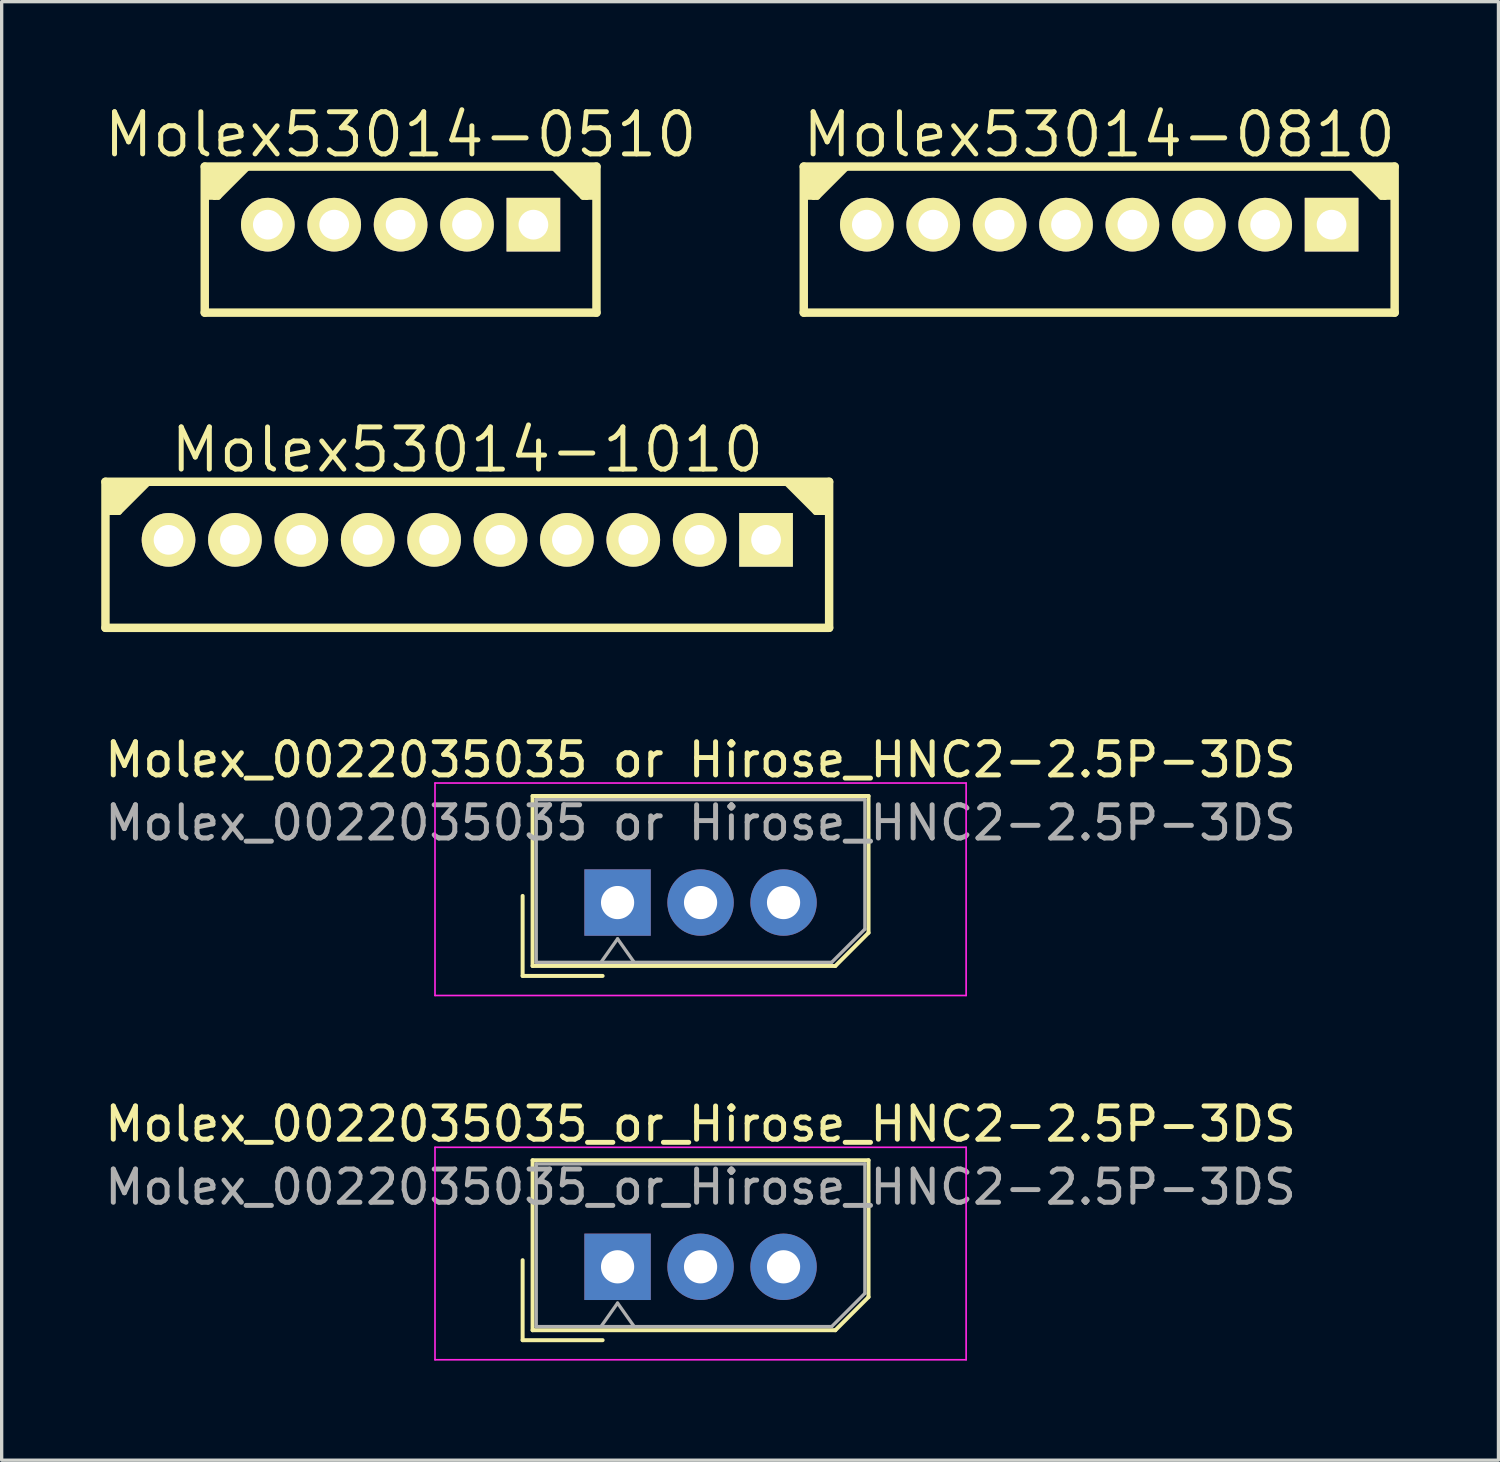
<source format=kicad_pcb>
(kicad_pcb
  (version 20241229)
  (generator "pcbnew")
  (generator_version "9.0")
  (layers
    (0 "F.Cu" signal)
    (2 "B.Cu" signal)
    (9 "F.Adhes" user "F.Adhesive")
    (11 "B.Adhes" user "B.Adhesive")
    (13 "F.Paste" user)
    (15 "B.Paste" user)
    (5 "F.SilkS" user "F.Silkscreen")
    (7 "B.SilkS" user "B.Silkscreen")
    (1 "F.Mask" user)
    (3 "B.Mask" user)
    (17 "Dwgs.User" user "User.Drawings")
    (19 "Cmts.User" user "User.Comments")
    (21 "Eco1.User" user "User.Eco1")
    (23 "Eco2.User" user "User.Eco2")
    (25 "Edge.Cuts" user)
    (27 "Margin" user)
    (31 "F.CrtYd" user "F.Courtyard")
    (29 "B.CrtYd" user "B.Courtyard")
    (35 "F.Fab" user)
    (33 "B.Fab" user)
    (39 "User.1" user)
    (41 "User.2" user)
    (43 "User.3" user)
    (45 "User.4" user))
  (footprint "Molex_0022035035 or Hirose_HNC2-2.5P-3DS"
    (layer "F.Cu")
    (at 15.554 24.139)
    (property "Reference" "Molex_0022035035 or Hirose_HNC2-2.5P-3DS" (at 2.5 -4.3 0) (layer "F.SilkS") (effects (font (size 1 1) (thickness 0.15))))
    (attr through_hole)
    (fp_line (start -2.86 -0.2) (end -2.86 2.21) (stroke (width 0.12) (type solid)) (layer "F.SilkS"))
    (fp_line (start -2.86 2.21) (end -0.45 2.21) (stroke (width 0.12) (type solid)) (layer "F.SilkS"))
    (fp_line (start -2.56 -3.21) (end -2.56 1.91) (stroke (width 0.12) (type solid)) (layer "F.SilkS"))
    (fp_line (start -2.56 1.91) (end 6.56 1.91) (stroke (width 0.12) (type solid)) (layer "F.SilkS"))
    (fp_line (start 6.56 1.91) (end 7.56 0.91) (stroke (width 0.12) (type solid)) (layer "F.SilkS"))
    (fp_line (start 7.56 -3.21) (end -2.56 -3.21) (stroke (width 0.12) (type solid)) (layer "F.SilkS"))
    (fp_line (start 7.56 0.91) (end 7.56 -3.21) (stroke (width 0.12) (type solid)) (layer "F.SilkS"))
    (fp_line (start -5.5 -3.6) (end -5.5 2.8) (stroke (width 0.05) (type solid)) (layer "F.CrtYd"))
    (fp_line (start -5.5 2.8) (end 10.5 2.8) (stroke (width 0.05) (type solid)) (layer "F.CrtYd"))
    (fp_line (start 10.5 -3.6) (end -5.5 -3.6) (stroke (width 0.05) (type solid)) (layer "F.CrtYd"))
    (fp_line (start 10.5 2.8) (end 10.5 -3.6) (stroke (width 0.05) (type solid)) (layer "F.CrtYd"))
    (fp_line (start -2.45 -3.1) (end -2.45 1.8) (stroke (width 0.1) (type solid)) (layer "F.Fab"))
    (fp_line (start -2.45 1.8) (end 6.45 1.8) (stroke (width 0.1) (type solid)) (layer "F.Fab"))
    (fp_line (start -0.5 1.8) (end 0 1.093) (stroke (width 0.1) (type solid)) (layer "F.Fab"))
    (fp_line (start 0 1.093) (end 0.5 1.8) (stroke (width 0.1) (type solid)) (layer "F.Fab"))
    (fp_line (start 6.45 1.8) (end 7.45 0.8) (stroke (width 0.1) (type solid)) (layer "F.Fab"))
    (fp_line (start 7.45 -3.1) (end -2.45 -3.1) (stroke (width 0.1) (type solid)) (layer "F.Fab"))
    (fp_line (start 7.45 0.8) (end 7.45 -3.1) (stroke (width 0.1) (type solid)) (layer "F.Fab"))
    (fp_text user "${REFERENCE}" (at 2.5 -2.4 0) (layer "F.Fab") (effects (font (size 1 1) (thickness 0.15))))
    (pad "1" thru_hole rect (at 0 0) (size 2 2) (drill 1) (layers "*.Cu" "*.Mask"))
    (pad "2" thru_hole circle (at 2.5 0) (size 2 2) (drill 1) (layers "*.Cu" "*.Mask"))
    (pad "3" thru_hole circle (at 5 0) (size 2 2) (drill 1) (layers "*.Cu" "*.Mask")))
  (footprint "Molex53014-0810"
    (layer "F.Cu")
    (at 37.063 3.718)
    (property "Reference" "Molex53014-0810" (at -7 -2.712 0) (layer "F.SilkS") (effects (font (size 1.27 1.27) (thickness 0.15))))
    (fp_line (start -15.9 -1.75) (end -15.9 2.65) (stroke (width 0.254) (type solid)) (layer "F.SilkS"))
    (fp_line (start -15.9 -0.85) (end -15.5 -0.85) (stroke (width 0.203) (type solid)) (layer "F.SilkS"))
    (fp_line (start -15.7 -1.65) (end -15.7 -0.95) (stroke (width 0.203) (type solid)) (layer "F.SilkS"))
    (fp_line (start -15.7 -1.65) (end -15.6 -1.55) (stroke (width 0.203) (type solid)) (layer "F.SilkS"))
    (fp_line (start -15.7 -1.45) (end -15.6 -1.45) (stroke (width 0.203) (type solid)) (layer "F.SilkS"))
    (fp_line (start -15.7 -1.45) (end -15.3 -1.45) (stroke (width 0.203) (type solid)) (layer "F.SilkS"))
    (fp_line (start -15.7 -1.25) (end -15.4 -1.25) (stroke (width 0.203) (type solid)) (layer "F.SilkS"))
    (fp_line (start -15.7 -0.95) (end -15.3 -1.35) (stroke (width 0.203) (type solid)) (layer "F.SilkS"))
    (fp_line (start -15.6 -1.55) (end -15 -1.55) (stroke (width 0.203) (type solid)) (layer "F.SilkS"))
    (fp_line (start -15.6 -1.45) (end -15.4 -1.25) (stroke (width 0.203) (type solid)) (layer "F.SilkS"))
    (fp_line (start -15.6 -0.85) (end -15.7 -0.95) (stroke (width 0.203) (type solid)) (layer "F.SilkS"))
    (fp_line (start -15.5 -0.85) (end -14.6 -1.75) (stroke (width 0.203) (type solid)) (layer "F.SilkS"))
    (fp_line (start -15.3 -1.45) (end -15.3 -1.35) (stroke (width 0.203) (type solid)) (layer "F.SilkS"))
    (fp_line (start -15.1 -1.55) (end -15.7 -0.95) (stroke (width 0.203) (type solid)) (layer "F.SilkS"))
    (fp_line (start -15.1 -1.55) (end -15 -1.55) (stroke (width 0.203) (type solid)) (layer "F.SilkS"))
    (fp_line (start -14.7 -1.75) (end -15.6 -0.85) (stroke (width 0.203) (type solid)) (layer "F.SilkS"))
    (fp_line (start -14.7 -1.75) (end -14.6 -1.75) (stroke (width 0.203) (type solid)) (layer "F.SilkS"))
    (fp_line (start 0.6 -1.75) (end 0.7 -1.75) (stroke (width 0.203) (type solid)) (layer "F.SilkS"))
    (fp_line (start 0.7 -1.75) (end 1.6 -0.85) (stroke (width 0.203) (type solid)) (layer "F.SilkS"))
    (fp_line (start 1 -1.55) (end 1.1 -1.55) (stroke (width 0.203) (type solid)) (layer "F.SilkS"))
    (fp_line (start 1.1 -1.55) (end 1.7 -0.95) (stroke (width 0.203) (type solid)) (layer "F.SilkS"))
    (fp_line (start 1.3 -1.45) (end 1.7 -1.45) (stroke (width 0.203) (type solid)) (layer "F.SilkS"))
    (fp_line (start 1.3 -1.35) (end 1.3 -1.45) (stroke (width 0.203) (type solid)) (layer "F.SilkS"))
    (fp_line (start 1.4 -1.25) (end 1.7 -1.25) (stroke (width 0.203) (type solid)) (layer "F.SilkS"))
    (fp_line (start 1.5 -0.85) (end 0.6 -1.75) (stroke (width 0.203) (type solid)) (layer "F.SilkS"))
    (fp_line (start 1.6 -1.55) (end 1 -1.55) (stroke (width 0.203) (type solid)) (layer "F.SilkS"))
    (fp_line (start 1.6 -1.45) (end 1.4 -1.25) (stroke (width 0.203) (type solid)) (layer "F.SilkS"))
    (fp_line (start 1.6 -0.85) (end 1.7 -0.95) (stroke (width 0.203) (type solid)) (layer "F.SilkS"))
    (fp_line (start 1.7 -1.65) (end 1.6 -1.55) (stroke (width 0.203) (type solid)) (layer "F.SilkS"))
    (fp_line (start 1.7 -1.45) (end 1.6 -1.45) (stroke (width 0.203) (type solid)) (layer "F.SilkS"))
    (fp_line (start 1.7 -0.95) (end 1.3 -1.35) (stroke (width 0.203) (type solid)) (layer "F.SilkS"))
    (fp_line (start 1.7 -0.95) (end 1.7 -1.65) (stroke (width 0.203) (type solid)) (layer "F.SilkS"))
    (fp_line (start 1.9 -1.75) (end -15.9 -1.75) (stroke (width 0.254) (type solid)) (layer "F.SilkS"))
    (fp_line (start 1.9 -1.75) (end 1.9 2.65) (stroke (width 0.254) (type solid)) (layer "F.SilkS"))
    (fp_line (start 1.9 -0.85) (end 1.5 -0.85) (stroke (width 0.203) (type solid)) (layer "F.SilkS"))
    (fp_line (start 1.9 2.65) (end -15.9 2.65) (stroke (width 0.254) (type solid)) (layer "F.SilkS"))
    (pad "1" thru_hole rect (at 0 0) (size 1.616 1.616) (drill 0.895) (layers "*.Cu" "*.Mask" "F.SilkS"))
    (pad "2" thru_hole circle (at -2 0) (size 1.616 1.616) (drill 0.895) (layers "*.Cu" "*.Mask" "F.SilkS"))
    (pad "3" thru_hole circle (at -4 0) (size 1.616 1.616) (drill 0.895) (layers "*.Cu" "*.Mask" "F.SilkS"))
    (pad "4" thru_hole circle (at -6 0) (size 1.616 1.616) (drill 0.895) (layers "*.Cu" "*.Mask" "F.SilkS"))
    (pad "5" thru_hole circle (at -8 0) (size 1.616 1.616) (drill 0.895) (layers "*.Cu" "*.Mask" "F.SilkS"))
    (pad "6" thru_hole circle (at -10 0) (size 1.616 1.616) (drill 0.895) (layers "*.Cu" "*.Mask" "F.SilkS"))
    (pad "7" thru_hole circle (at -12 0) (size 1.616 1.616) (drill 0.895) (layers "*.Cu" "*.Mask" "F.SilkS"))
    (pad "8" thru_hole circle (at -14 0) (size 1.616 1.616) (drill 0.895) (layers "*.Cu" "*.Mask" "F.SilkS")))
  (footprint "Molex_0022035035_or_Hirose_HNC2-2.5P-3DS"
    (layer "F.Cu")
    (at 15.554 35.112)
    (property "Reference" "Molex_0022035035_or_Hirose_HNC2-2.5P-3DS" (at 2.5 -4.3 0) (layer "F.SilkS") (effects (font (size 1 1) (thickness 0.15))))
    (attr through_hole)
    (fp_line (start -2.86 -0.2) (end -2.86 2.21) (stroke (width 0.12) (type solid)) (layer "F.SilkS"))
    (fp_line (start -2.86 2.21) (end -0.45 2.21) (stroke (width 0.12) (type solid)) (layer "F.SilkS"))
    (fp_line (start -2.56 -3.21) (end -2.56 1.91) (stroke (width 0.12) (type solid)) (layer "F.SilkS"))
    (fp_line (start -2.56 1.91) (end 6.56 1.91) (stroke (width 0.12) (type solid)) (layer "F.SilkS"))
    (fp_line (start 6.56 1.91) (end 7.56 0.91) (stroke (width 0.12) (type solid)) (layer "F.SilkS"))
    (fp_line (start 7.56 -3.21) (end -2.56 -3.21) (stroke (width 0.12) (type solid)) (layer "F.SilkS"))
    (fp_line (start 7.56 0.91) (end 7.56 -3.21) (stroke (width 0.12) (type solid)) (layer "F.SilkS"))
    (fp_line (start -5.5 -3.6) (end -5.5 2.8) (stroke (width 0.05) (type solid)) (layer "F.CrtYd"))
    (fp_line (start -5.5 2.8) (end 10.5 2.8) (stroke (width 0.05) (type solid)) (layer "F.CrtYd"))
    (fp_line (start 10.5 -3.6) (end -5.5 -3.6) (stroke (width 0.05) (type solid)) (layer "F.CrtYd"))
    (fp_line (start 10.5 2.8) (end 10.5 -3.6) (stroke (width 0.05) (type solid)) (layer "F.CrtYd"))
    (fp_line (start -2.45 -3.1) (end -2.45 1.8) (stroke (width 0.1) (type solid)) (layer "F.Fab"))
    (fp_line (start -2.45 1.8) (end 6.45 1.8) (stroke (width 0.1) (type solid)) (layer "F.Fab"))
    (fp_line (start -0.5 1.8) (end 0 1.093) (stroke (width 0.1) (type solid)) (layer "F.Fab"))
    (fp_line (start 0 1.093) (end 0.5 1.8) (stroke (width 0.1) (type solid)) (layer "F.Fab"))
    (fp_line (start 6.45 1.8) (end 7.45 0.8) (stroke (width 0.1) (type solid)) (layer "F.Fab"))
    (fp_line (start 7.45 -3.1) (end -2.45 -3.1) (stroke (width 0.1) (type solid)) (layer "F.Fab"))
    (fp_line (start 7.45 0.8) (end 7.45 -3.1) (stroke (width 0.1) (type solid)) (layer "F.Fab"))
    (fp_text user "${REFERENCE}" (at 2.5 -2.4 0) (layer "F.Fab") (effects (font (size 1 1) (thickness 0.15))))
    (pad "1" thru_hole rect (at 0 0) (size 2 2) (drill 1) (layers "*.Cu" "*.Mask"))
    (pad "2" thru_hole circle (at 2.5 0) (size 2 2) (drill 1) (layers "*.Cu" "*.Mask"))
    (pad "3" thru_hole circle (at 5 0) (size 2 2) (drill 1) (layers "*.Cu" "*.Mask")))
  (footprint "Molex53014-0510"
    (layer "F.Cu")
    (at 13.018 3.718)
    (property "Reference" "Molex53014-0510" (at -4 -2.712 0) (layer "F.SilkS") (effects (font (size 1.27 1.27) (thickness 0.15))))
    (fp_line (start -9.9 -1.75) (end -9.9 2.65) (stroke (width 0.254) (type solid)) (layer "F.SilkS"))
    (fp_line (start -9.9 -0.85) (end -9.5 -0.85) (stroke (width 0.203) (type solid)) (layer "F.SilkS"))
    (fp_line (start -9.7 -1.65) (end -9.7 -0.95) (stroke (width 0.203) (type solid)) (layer "F.SilkS"))
    (fp_line (start -9.7 -1.65) (end -9.6 -1.55) (stroke (width 0.203) (type solid)) (layer "F.SilkS"))
    (fp_line (start -9.7 -1.45) (end -9.6 -1.45) (stroke (width 0.203) (type solid)) (layer "F.SilkS"))
    (fp_line (start -9.7 -1.45) (end -9.3 -1.45) (stroke (width 0.203) (type solid)) (layer "F.SilkS"))
    (fp_line (start -9.7 -1.25) (end -9.4 -1.25) (stroke (width 0.203) (type solid)) (layer "F.SilkS"))
    (fp_line (start -9.7 -0.95) (end -9.3 -1.35) (stroke (width 0.203) (type solid)) (layer "F.SilkS"))
    (fp_line (start -9.6 -1.55) (end -9 -1.55) (stroke (width 0.203) (type solid)) (layer "F.SilkS"))
    (fp_line (start -9.6 -1.45) (end -9.4 -1.25) (stroke (width 0.203) (type solid)) (layer "F.SilkS"))
    (fp_line (start -9.6 -0.85) (end -9.7 -0.95) (stroke (width 0.203) (type solid)) (layer "F.SilkS"))
    (fp_line (start -9.5 -0.85) (end -8.6 -1.75) (stroke (width 0.203) (type solid)) (layer "F.SilkS"))
    (fp_line (start -9.3 -1.45) (end -9.3 -1.35) (stroke (width 0.203) (type solid)) (layer "F.SilkS"))
    (fp_line (start -9.1 -1.55) (end -9.7 -0.95) (stroke (width 0.203) (type solid)) (layer "F.SilkS"))
    (fp_line (start -9.1 -1.55) (end -9 -1.55) (stroke (width 0.203) (type solid)) (layer "F.SilkS"))
    (fp_line (start -8.7 -1.75) (end -9.6 -0.85) (stroke (width 0.203) (type solid)) (layer "F.SilkS"))
    (fp_line (start -8.7 -1.75) (end -8.6 -1.75) (stroke (width 0.203) (type solid)) (layer "F.SilkS"))
    (fp_line (start 0.6 -1.75) (end 0.7 -1.75) (stroke (width 0.203) (type solid)) (layer "F.SilkS"))
    (fp_line (start 0.7 -1.75) (end 1.6 -0.85) (stroke (width 0.203) (type solid)) (layer "F.SilkS"))
    (fp_line (start 1 -1.55) (end 1.1 -1.55) (stroke (width 0.203) (type solid)) (layer "F.SilkS"))
    (fp_line (start 1.1 -1.55) (end 1.7 -0.95) (stroke (width 0.203) (type solid)) (layer "F.SilkS"))
    (fp_line (start 1.3 -1.45) (end 1.7 -1.45) (stroke (width 0.203) (type solid)) (layer "F.SilkS"))
    (fp_line (start 1.3 -1.35) (end 1.3 -1.45) (stroke (width 0.203) (type solid)) (layer "F.SilkS"))
    (fp_line (start 1.4 -1.25) (end 1.7 -1.25) (stroke (width 0.203) (type solid)) (layer "F.SilkS"))
    (fp_line (start 1.5 -0.85) (end 0.6 -1.75) (stroke (width 0.203) (type solid)) (layer "F.SilkS"))
    (fp_line (start 1.6 -1.55) (end 1 -1.55) (stroke (width 0.203) (type solid)) (layer "F.SilkS"))
    (fp_line (start 1.6 -1.45) (end 1.4 -1.25) (stroke (width 0.203) (type solid)) (layer "F.SilkS"))
    (fp_line (start 1.6 -0.85) (end 1.7 -0.95) (stroke (width 0.203) (type solid)) (layer "F.SilkS"))
    (fp_line (start 1.7 -1.65) (end 1.6 -1.55) (stroke (width 0.203) (type solid)) (layer "F.SilkS"))
    (fp_line (start 1.7 -1.45) (end 1.6 -1.45) (stroke (width 0.203) (type solid)) (layer "F.SilkS"))
    (fp_line (start 1.7 -0.95) (end 1.3 -1.35) (stroke (width 0.203) (type solid)) (layer "F.SilkS"))
    (fp_line (start 1.7 -0.95) (end 1.7 -1.65) (stroke (width 0.203) (type solid)) (layer "F.SilkS"))
    (fp_line (start 1.9 -1.75) (end -9.9 -1.75) (stroke (width 0.254) (type solid)) (layer "F.SilkS"))
    (fp_line (start 1.9 -1.75) (end 1.9 2.65) (stroke (width 0.254) (type solid)) (layer "F.SilkS"))
    (fp_line (start 1.9 -0.85) (end 1.5 -0.85) (stroke (width 0.203) (type solid)) (layer "F.SilkS"))
    (fp_line (start 1.9 2.65) (end -9.9 2.65) (stroke (width 0.254) (type solid)) (layer "F.SilkS"))
    (pad "1" thru_hole rect (at 0 0) (size 1.616 1.616) (drill 0.895) (layers "*.Cu" "*.Mask" "F.SilkS"))
    (pad "2" thru_hole circle (at -2 0) (size 1.616 1.616) (drill 0.895) (layers "*.Cu" "*.Mask" "F.SilkS"))
    (pad "3" thru_hole circle (at -4 0) (size 1.616 1.616) (drill 0.895) (layers "*.Cu" "*.Mask" "F.SilkS"))
    (pad "4" thru_hole circle (at -6 0) (size 1.616 1.616) (drill 0.895) (layers "*.Cu" "*.Mask" "F.SilkS"))
    (pad "5" thru_hole circle (at -8 0) (size 1.616 1.616) (drill 0.895) (layers "*.Cu" "*.Mask" "F.SilkS")))
  (footprint "Molex53014-1010"
    (layer "F.Cu")
    (at 20.027 13.213)
    (property "Reference" "Molex53014-1010" (at -9 -2.712 0) (layer "F.SilkS") (effects (font (size 1.27 1.27) (thickness 0.15))))
    (fp_line (start -19.9 -1.75) (end -19.9 2.65) (stroke (width 0.254) (type solid)) (layer "F.SilkS"))
    (fp_line (start -19.9 -0.85) (end -19.5 -0.85) (stroke (width 0.203) (type solid)) (layer "F.SilkS"))
    (fp_line (start -19.7 -1.65) (end -19.7 -0.95) (stroke (width 0.203) (type solid)) (layer "F.SilkS"))
    (fp_line (start -19.7 -1.65) (end -19.6 -1.55) (stroke (width 0.203) (type solid)) (layer "F.SilkS"))
    (fp_line (start -19.7 -1.45) (end -19.6 -1.45) (stroke (width 0.203) (type solid)) (layer "F.SilkS"))
    (fp_line (start -19.7 -1.45) (end -19.3 -1.45) (stroke (width 0.203) (type solid)) (layer "F.SilkS"))
    (fp_line (start -19.7 -1.25) (end -19.4 -1.25) (stroke (width 0.203) (type solid)) (layer "F.SilkS"))
    (fp_line (start -19.7 -0.95) (end -19.3 -1.35) (stroke (width 0.203) (type solid)) (layer "F.SilkS"))
    (fp_line (start -19.6 -1.55) (end -19 -1.55) (stroke (width 0.203) (type solid)) (layer "F.SilkS"))
    (fp_line (start -19.6 -1.45) (end -19.4 -1.25) (stroke (width 0.203) (type solid)) (layer "F.SilkS"))
    (fp_line (start -19.6 -0.85) (end -19.7 -0.95) (stroke (width 0.203) (type solid)) (layer "F.SilkS"))
    (fp_line (start -19.5 -0.85) (end -18.6 -1.75) (stroke (width 0.203) (type solid)) (layer "F.SilkS"))
    (fp_line (start -19.3 -1.45) (end -19.3 -1.35) (stroke (width 0.203) (type solid)) (layer "F.SilkS"))
    (fp_line (start -19.1 -1.55) (end -19.7 -0.95) (stroke (width 0.203) (type solid)) (layer "F.SilkS"))
    (fp_line (start -19.1 -1.55) (end -19 -1.55) (stroke (width 0.203) (type solid)) (layer "F.SilkS"))
    (fp_line (start -18.7 -1.75) (end -19.6 -0.85) (stroke (width 0.203) (type solid)) (layer "F.SilkS"))
    (fp_line (start -18.7 -1.75) (end -18.6 -1.75) (stroke (width 0.203) (type solid)) (layer "F.SilkS"))
    (fp_line (start 0.6 -1.75) (end 0.7 -1.75) (stroke (width 0.203) (type solid)) (layer "F.SilkS"))
    (fp_line (start 0.7 -1.75) (end 1.6 -0.85) (stroke (width 0.203) (type solid)) (layer "F.SilkS"))
    (fp_line (start 1 -1.55) (end 1.1 -1.55) (stroke (width 0.203) (type solid)) (layer "F.SilkS"))
    (fp_line (start 1.1 -1.55) (end 1.7 -0.95) (stroke (width 0.203) (type solid)) (layer "F.SilkS"))
    (fp_line (start 1.3 -1.45) (end 1.7 -1.45) (stroke (width 0.203) (type solid)) (layer "F.SilkS"))
    (fp_line (start 1.3 -1.35) (end 1.3 -1.45) (stroke (width 0.203) (type solid)) (layer "F.SilkS"))
    (fp_line (start 1.4 -1.25) (end 1.7 -1.25) (stroke (width 0.203) (type solid)) (layer "F.SilkS"))
    (fp_line (start 1.5 -0.85) (end 0.6 -1.75) (stroke (width 0.203) (type solid)) (layer "F.SilkS"))
    (fp_line (start 1.6 -1.55) (end 1 -1.55) (stroke (width 0.203) (type solid)) (layer "F.SilkS"))
    (fp_line (start 1.6 -1.45) (end 1.4 -1.25) (stroke (width 0.203) (type solid)) (layer "F.SilkS"))
    (fp_line (start 1.6 -0.85) (end 1.7 -0.95) (stroke (width 0.203) (type solid)) (layer "F.SilkS"))
    (fp_line (start 1.7 -1.65) (end 1.6 -1.55) (stroke (width 0.203) (type solid)) (layer "F.SilkS"))
    (fp_line (start 1.7 -1.45) (end 1.6 -1.45) (stroke (width 0.203) (type solid)) (layer "F.SilkS"))
    (fp_line (start 1.7 -0.95) (end 1.3 -1.35) (stroke (width 0.203) (type solid)) (layer "F.SilkS"))
    (fp_line (start 1.7 -0.95) (end 1.7 -1.65) (stroke (width 0.203) (type solid)) (layer "F.SilkS"))
    (fp_line (start 1.9 -1.75) (end -19.9 -1.75) (stroke (width 0.254) (type solid)) (layer "F.SilkS"))
    (fp_line (start 1.9 -1.75) (end 1.9 2.65) (stroke (width 0.254) (type solid)) (layer "F.SilkS"))
    (fp_line (start 1.9 -0.85) (end 1.5 -0.85) (stroke (width 0.203) (type solid)) (layer "F.SilkS"))
    (fp_line (start 1.9 2.65) (end -19.9 2.65) (stroke (width 0.254) (type solid)) (layer "F.SilkS"))
    (pad "1" thru_hole rect (at 0 0) (size 1.616 1.616) (drill 0.895) (layers "*.Cu" "*.Mask" "F.SilkS"))
    (pad "2" thru_hole circle (at -2 0) (size 1.616 1.616) (drill 0.895) (layers "*.Cu" "*.Mask" "F.SilkS"))
    (pad "3" thru_hole circle (at -4 0) (size 1.616 1.616) (drill 0.895) (layers "*.Cu" "*.Mask" "F.SilkS"))
    (pad "4" thru_hole circle (at -6 0) (size 1.616 1.616) (drill 0.895) (layers "*.Cu" "*.Mask" "F.SilkS"))
    (pad "5" thru_hole circle (at -8 0) (size 1.616 1.616) (drill 0.895) (layers "*.Cu" "*.Mask" "F.SilkS"))
    (pad "6" thru_hole circle (at -10 0) (size 1.616 1.616) (drill 0.895) (layers "*.Cu" "*.Mask" "F.SilkS"))
    (pad "7" thru_hole circle (at -12 0) (size 1.616 1.616) (drill 0.895) (layers "*.Cu" "*.Mask" "F.SilkS"))
    (pad "8" thru_hole circle (at -14 0) (size 1.616 1.616) (drill 0.895) (layers "*.Cu" "*.Mask" "F.SilkS"))
    (pad "9" thru_hole circle (at -16 0) (size 1.616 1.616) (drill 0.895) (layers "*.Cu" "*.Mask" "F.SilkS"))
    (pad "10" thru_hole circle (at -18 0) (size 1.616 1.616) (drill 0.895) (layers "*.Cu" "*.Mask" "F.SilkS")))
  (gr_rect
    (start -3 -3)
    (end 42.09 40.937)
    (stroke (width 0.1) (type default))
    (fill no)
    (layer "Edge.Cuts")))
</source>
